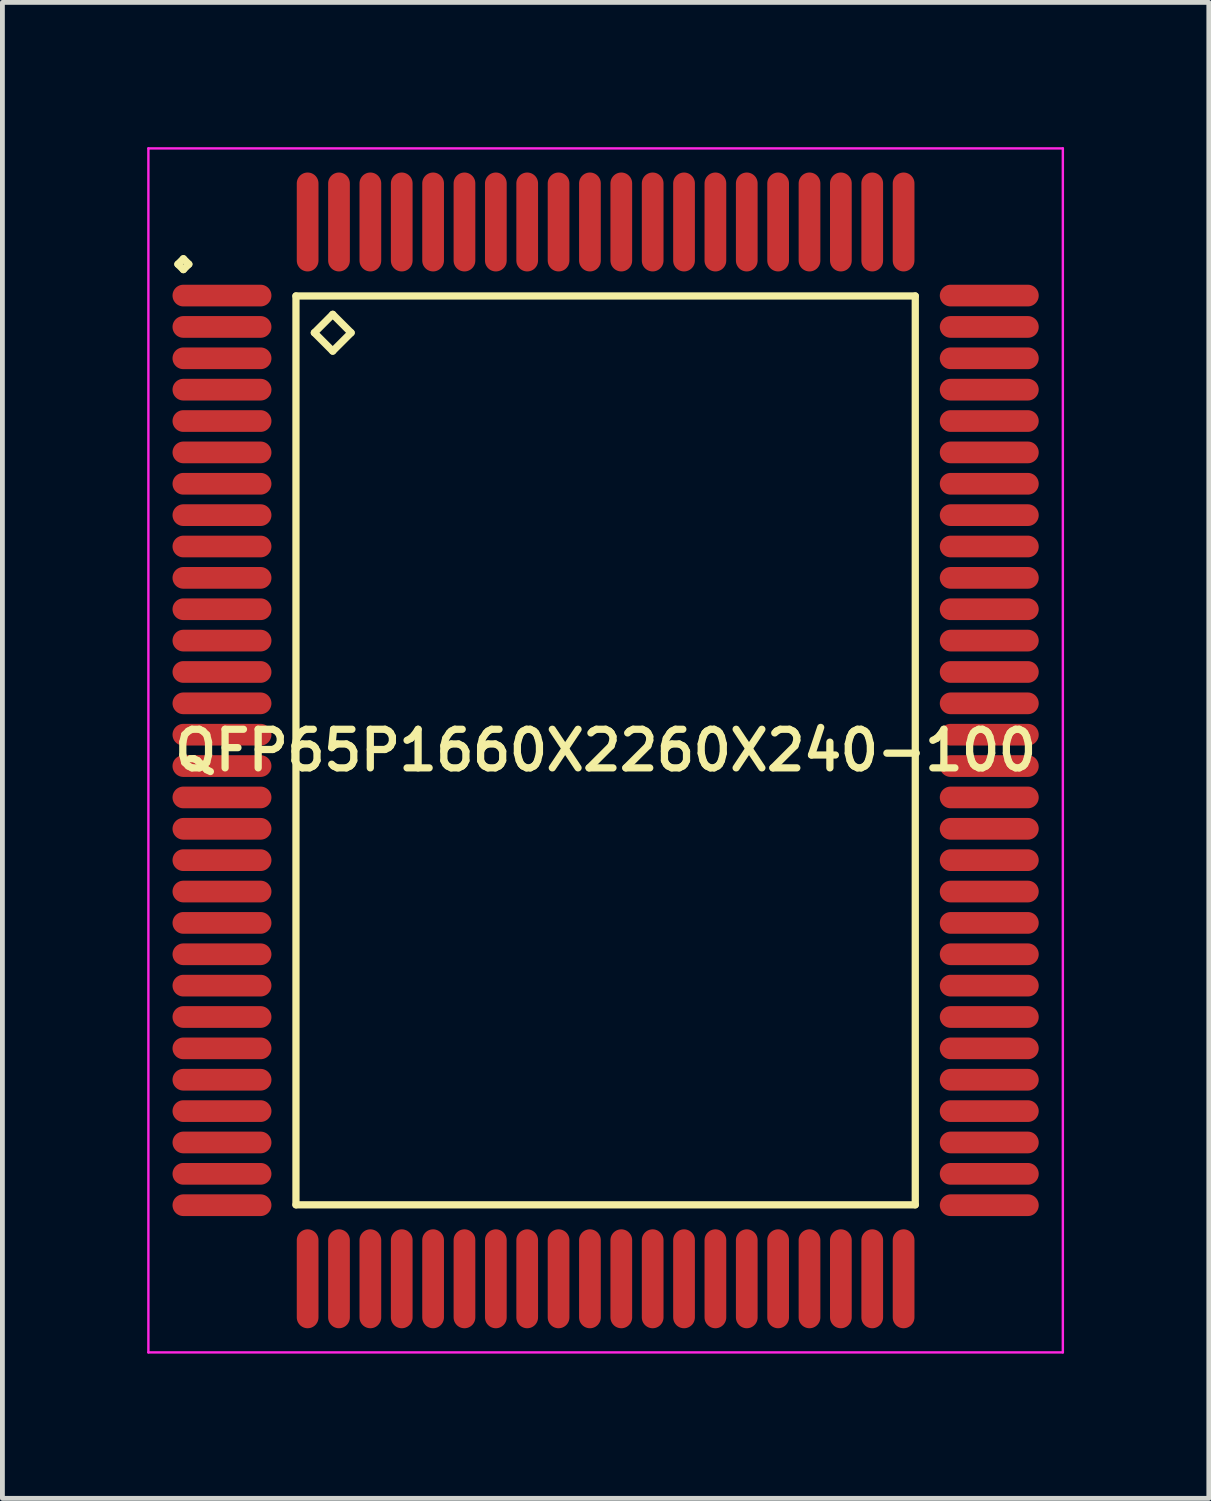
<source format=kicad_pcb>
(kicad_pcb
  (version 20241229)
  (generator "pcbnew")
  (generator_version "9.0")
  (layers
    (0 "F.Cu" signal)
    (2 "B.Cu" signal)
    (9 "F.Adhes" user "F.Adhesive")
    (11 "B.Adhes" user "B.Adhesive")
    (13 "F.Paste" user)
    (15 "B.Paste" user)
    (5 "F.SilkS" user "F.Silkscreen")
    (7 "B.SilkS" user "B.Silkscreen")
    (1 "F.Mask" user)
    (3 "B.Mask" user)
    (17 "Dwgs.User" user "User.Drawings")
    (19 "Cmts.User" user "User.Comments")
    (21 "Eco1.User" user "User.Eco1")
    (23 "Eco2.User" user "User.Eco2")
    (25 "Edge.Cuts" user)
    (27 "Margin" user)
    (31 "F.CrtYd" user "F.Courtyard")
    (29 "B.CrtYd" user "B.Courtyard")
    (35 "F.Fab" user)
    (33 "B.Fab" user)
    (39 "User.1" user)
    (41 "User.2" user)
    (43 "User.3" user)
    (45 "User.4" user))
  (footprint "QFP65P1660X2260X240-100"
    (layer "F.Cu")
    (at 9.5 12.5)
    (property "Reference" "QFP65P1660X2260X240-100" (at 0 0 0) (layer "F.SilkS") (effects (font (size 0.8 0.8) (thickness 0.15))))
    (attr smd)
    (fp_line (start -8.863 -10.075) (end -8.75 -10.188) (stroke (width 0.15) (type solid)) (layer "F.SilkS"))
    (fp_line (start -8.75 -10.188) (end -8.637 -10.075) (stroke (width 0.15) (type solid)) (layer "F.SilkS"))
    (fp_line (start -8.75 -9.963) (end -8.863 -10.075) (stroke (width 0.15) (type solid)) (layer "F.SilkS"))
    (fp_line (start -8.637 -10.075) (end -8.75 -9.963) (stroke (width 0.15) (type solid)) (layer "F.SilkS"))
    (fp_line (start -6.417 -9.417) (end -6.417 9.417) (stroke (width 0.15) (type solid)) (layer "F.SilkS"))
    (fp_line (start -6.417 9.417) (end 6.417 9.417) (stroke (width 0.15) (type solid)) (layer "F.SilkS"))
    (fp_line (start -6.036 -8.655) (end -5.655 -9.036) (stroke (width 0.15) (type solid)) (layer "F.SilkS"))
    (fp_line (start -5.655 -9.036) (end -5.274 -8.655) (stroke (width 0.15) (type solid)) (layer "F.SilkS"))
    (fp_line (start -5.655 -8.274) (end -6.036 -8.655) (stroke (width 0.15) (type solid)) (layer "F.SilkS"))
    (fp_line (start -5.274 -8.655) (end -5.655 -8.274) (stroke (width 0.15) (type solid)) (layer "F.SilkS"))
    (fp_line (start 6.417 -9.417) (end -6.417 -9.417) (stroke (width 0.15) (type solid)) (layer "F.SilkS"))
    (fp_line (start 6.417 9.417) (end 6.417 -9.417) (stroke (width 0.15) (type solid)) (layer "F.SilkS"))
    (fp_line (start -9.475 -12.475) (end 9.475 -12.475) (stroke (width 0.05) (type solid)) (layer "F.CrtYd"))
    (fp_line (start -9.475 12.475) (end -9.475 -12.475) (stroke (width 0.05) (type solid)) (layer "F.CrtYd"))
    (fp_line (start 9.475 -12.475) (end 9.475 12.475) (stroke (width 0.05) (type solid)) (layer "F.CrtYd"))
    (fp_line (start 9.475 12.475) (end -9.475 12.475) (stroke (width 0.05) (type solid)) (layer "F.CrtYd"))
    (pad "1" smd oval (at -7.95 -9.425) (size 2.05 0.45) (layers "F.Cu" "F.Mask" "F.Paste"))
    (pad "2" smd oval (at -7.95 -8.775) (size 2.05 0.45) (layers "F.Cu" "F.Mask" "F.Paste"))
    (pad "3" smd oval (at -7.95 -8.125) (size 2.05 0.45) (layers "F.Cu" "F.Mask" "F.Paste"))
    (pad "4" smd oval (at -7.95 -7.475) (size 2.05 0.45) (layers "F.Cu" "F.Mask" "F.Paste"))
    (pad "5" smd oval (at -7.95 -6.825) (size 2.05 0.45) (layers "F.Cu" "F.Mask" "F.Paste"))
    (pad "6" smd oval (at -7.95 -6.175) (size 2.05 0.45) (layers "F.Cu" "F.Mask" "F.Paste"))
    (pad "7" smd oval (at -7.95 -5.525) (size 2.05 0.45) (layers "F.Cu" "F.Mask" "F.Paste"))
    (pad "8" smd oval (at -7.95 -4.875) (size 2.05 0.45) (layers "F.Cu" "F.Mask" "F.Paste"))
    (pad "9" smd oval (at -7.95 -4.225) (size 2.05 0.45) (layers "F.Cu" "F.Mask" "F.Paste"))
    (pad "10" smd oval (at -7.95 -3.575) (size 2.05 0.45) (layers "F.Cu" "F.Mask" "F.Paste"))
    (pad "11" smd oval (at -7.95 -2.925) (size 2.05 0.45) (layers "F.Cu" "F.Mask" "F.Paste"))
    (pad "12" smd oval (at -7.95 -2.275) (size 2.05 0.45) (layers "F.Cu" "F.Mask" "F.Paste"))
    (pad "13" smd oval (at -7.95 -1.625) (size 2.05 0.45) (layers "F.Cu" "F.Mask" "F.Paste"))
    (pad "14" smd oval (at -7.95 -0.975) (size 2.05 0.45) (layers "F.Cu" "F.Mask" "F.Paste"))
    (pad "15" smd oval (at -7.95 -0.325) (size 2.05 0.45) (layers "F.Cu" "F.Mask" "F.Paste"))
    (pad "16" smd oval (at -7.95 0.325) (size 2.05 0.45) (layers "F.Cu" "F.Mask" "F.Paste"))
    (pad "17" smd oval (at -7.95 0.975) (size 2.05 0.45) (layers "F.Cu" "F.Mask" "F.Paste"))
    (pad "18" smd oval (at -7.95 1.625) (size 2.05 0.45) (layers "F.Cu" "F.Mask" "F.Paste"))
    (pad "19" smd oval (at -7.95 2.275) (size 2.05 0.45) (layers "F.Cu" "F.Mask" "F.Paste"))
    (pad "20" smd oval (at -7.95 2.925) (size 2.05 0.45) (layers "F.Cu" "F.Mask" "F.Paste"))
    (pad "21" smd oval (at -7.95 3.575) (size 2.05 0.45) (layers "F.Cu" "F.Mask" "F.Paste"))
    (pad "22" smd oval (at -7.95 4.225) (size 2.05 0.45) (layers "F.Cu" "F.Mask" "F.Paste"))
    (pad "23" smd oval (at -7.95 4.875) (size 2.05 0.45) (layers "F.Cu" "F.Mask" "F.Paste"))
    (pad "24" smd oval (at -7.95 5.525) (size 2.05 0.45) (layers "F.Cu" "F.Mask" "F.Paste"))
    (pad "25" smd oval (at -7.95 6.175) (size 2.05 0.45) (layers "F.Cu" "F.Mask" "F.Paste"))
    (pad "26" smd oval (at -7.95 6.825) (size 2.05 0.45) (layers "F.Cu" "F.Mask" "F.Paste"))
    (pad "27" smd oval (at -7.95 7.475) (size 2.05 0.45) (layers "F.Cu" "F.Mask" "F.Paste"))
    (pad "28" smd oval (at -7.95 8.125) (size 2.05 0.45) (layers "F.Cu" "F.Mask" "F.Paste"))
    (pad "29" smd oval (at -7.95 8.775) (size 2.05 0.45) (layers "F.Cu" "F.Mask" "F.Paste"))
    (pad "30" smd oval (at -7.95 9.425) (size 2.05 0.45) (layers "F.Cu" "F.Mask" "F.Paste"))
    (pad "31" smd oval (at -6.175 10.95) (size 0.45 2.05) (layers "F.Cu" "F.Mask" "F.Paste"))
    (pad "32" smd oval (at -5.525 10.95) (size 0.45 2.05) (layers "F.Cu" "F.Mask" "F.Paste"))
    (pad "33" smd oval (at -4.875 10.95) (size 0.45 2.05) (layers "F.Cu" "F.Mask" "F.Paste"))
    (pad "34" smd oval (at -4.225 10.95) (size 0.45 2.05) (layers "F.Cu" "F.Mask" "F.Paste"))
    (pad "35" smd oval (at -3.575 10.95) (size 0.45 2.05) (layers "F.Cu" "F.Mask" "F.Paste"))
    (pad "36" smd oval (at -2.925 10.95) (size 0.45 2.05) (layers "F.Cu" "F.Mask" "F.Paste"))
    (pad "37" smd oval (at -2.275 10.95) (size 0.45 2.05) (layers "F.Cu" "F.Mask" "F.Paste"))
    (pad "38" smd oval (at -1.625 10.95) (size 0.45 2.05) (layers "F.Cu" "F.Mask" "F.Paste"))
    (pad "39" smd oval (at -0.975 10.95) (size 0.45 2.05) (layers "F.Cu" "F.Mask" "F.Paste"))
    (pad "40" smd oval (at -0.325 10.95) (size 0.45 2.05) (layers "F.Cu" "F.Mask" "F.Paste"))
    (pad "41" smd oval (at 0.325 10.95) (size 0.45 2.05) (layers "F.Cu" "F.Mask" "F.Paste"))
    (pad "42" smd oval (at 0.975 10.95) (size 0.45 2.05) (layers "F.Cu" "F.Mask" "F.Paste"))
    (pad "43" smd oval (at 1.625 10.95) (size 0.45 2.05) (layers "F.Cu" "F.Mask" "F.Paste"))
    (pad "44" smd oval (at 2.275 10.95) (size 0.45 2.05) (layers "F.Cu" "F.Mask" "F.Paste"))
    (pad "45" smd oval (at 2.925 10.95) (size 0.45 2.05) (layers "F.Cu" "F.Mask" "F.Paste"))
    (pad "46" smd oval (at 3.575 10.95) (size 0.45 2.05) (layers "F.Cu" "F.Mask" "F.Paste"))
    (pad "47" smd oval (at 4.225 10.95) (size 0.45 2.05) (layers "F.Cu" "F.Mask" "F.Paste"))
    (pad "48" smd oval (at 4.875 10.95) (size 0.45 2.05) (layers "F.Cu" "F.Mask" "F.Paste"))
    (pad "49" smd oval (at 5.525 10.95) (size 0.45 2.05) (layers "F.Cu" "F.Mask" "F.Paste"))
    (pad "50" smd oval (at 6.175 10.95) (size 0.45 2.05) (layers "F.Cu" "F.Mask" "F.Paste"))
    (pad "51" smd oval (at 7.95 9.425) (size 2.05 0.45) (layers "F.Cu" "F.Mask" "F.Paste"))
    (pad "52" smd oval (at 7.95 8.775) (size 2.05 0.45) (layers "F.Cu" "F.Mask" "F.Paste"))
    (pad "53" smd oval (at 7.95 8.125) (size 2.05 0.45) (layers "F.Cu" "F.Mask" "F.Paste"))
    (pad "54" smd oval (at 7.95 7.475) (size 2.05 0.45) (layers "F.Cu" "F.Mask" "F.Paste"))
    (pad "55" smd oval (at 7.95 6.825) (size 2.05 0.45) (layers "F.Cu" "F.Mask" "F.Paste"))
    (pad "56" smd oval (at 7.95 6.175) (size 2.05 0.45) (layers "F.Cu" "F.Mask" "F.Paste"))
    (pad "57" smd oval (at 7.95 5.525) (size 2.05 0.45) (layers "F.Cu" "F.Mask" "F.Paste"))
    (pad "58" smd oval (at 7.95 4.875) (size 2.05 0.45) (layers "F.Cu" "F.Mask" "F.Paste"))
    (pad "59" smd oval (at 7.95 4.225) (size 2.05 0.45) (layers "F.Cu" "F.Mask" "F.Paste"))
    (pad "60" smd oval (at 7.95 3.575) (size 2.05 0.45) (layers "F.Cu" "F.Mask" "F.Paste"))
    (pad "61" smd oval (at 7.95 2.925) (size 2.05 0.45) (layers "F.Cu" "F.Mask" "F.Paste"))
    (pad "62" smd oval (at 7.95 2.275) (size 2.05 0.45) (layers "F.Cu" "F.Mask" "F.Paste"))
    (pad "63" smd oval (at 7.95 1.625) (size 2.05 0.45) (layers "F.Cu" "F.Mask" "F.Paste"))
    (pad "64" smd oval (at 7.95 0.975) (size 2.05 0.45) (layers "F.Cu" "F.Mask" "F.Paste"))
    (pad "65" smd oval (at 7.95 0.325) (size 2.05 0.45) (layers "F.Cu" "F.Mask" "F.Paste"))
    (pad "66" smd oval (at 7.95 -0.325) (size 2.05 0.45) (layers "F.Cu" "F.Mask" "F.Paste"))
    (pad "67" smd oval (at 7.95 -0.975) (size 2.05 0.45) (layers "F.Cu" "F.Mask" "F.Paste"))
    (pad "68" smd oval (at 7.95 -1.625) (size 2.05 0.45) (layers "F.Cu" "F.Mask" "F.Paste"))
    (pad "69" smd oval (at 7.95 -2.275) (size 2.05 0.45) (layers "F.Cu" "F.Mask" "F.Paste"))
    (pad "70" smd oval (at 7.95 -2.925) (size 2.05 0.45) (layers "F.Cu" "F.Mask" "F.Paste"))
    (pad "71" smd oval (at 7.95 -3.575) (size 2.05 0.45) (layers "F.Cu" "F.Mask" "F.Paste"))
    (pad "72" smd oval (at 7.95 -4.225) (size 2.05 0.45) (layers "F.Cu" "F.Mask" "F.Paste"))
    (pad "73" smd oval (at 7.95 -4.875) (size 2.05 0.45) (layers "F.Cu" "F.Mask" "F.Paste"))
    (pad "74" smd oval (at 7.95 -5.525) (size 2.05 0.45) (layers "F.Cu" "F.Mask" "F.Paste"))
    (pad "75" smd oval (at 7.95 -6.175) (size 2.05 0.45) (layers "F.Cu" "F.Mask" "F.Paste"))
    (pad "76" smd oval (at 7.95 -6.825) (size 2.05 0.45) (layers "F.Cu" "F.Mask" "F.Paste"))
    (pad "77" smd oval (at 7.95 -7.475) (size 2.05 0.45) (layers "F.Cu" "F.Mask" "F.Paste"))
    (pad "78" smd oval (at 7.95 -8.125) (size 2.05 0.45) (layers "F.Cu" "F.Mask" "F.Paste"))
    (pad "79" smd oval (at 7.95 -8.775) (size 2.05 0.45) (layers "F.Cu" "F.Mask" "F.Paste"))
    (pad "80" smd oval (at 7.95 -9.425) (size 2.05 0.45) (layers "F.Cu" "F.Mask" "F.Paste"))
    (pad "81" smd oval (at 6.175 -10.95) (size 0.45 2.05) (layers "F.Cu" "F.Mask" "F.Paste"))
    (pad "82" smd oval (at 5.525 -10.95) (size 0.45 2.05) (layers "F.Cu" "F.Mask" "F.Paste"))
    (pad "83" smd oval (at 4.875 -10.95) (size 0.45 2.05) (layers "F.Cu" "F.Mask" "F.Paste"))
    (pad "84" smd oval (at 4.225 -10.95) (size 0.45 2.05) (layers "F.Cu" "F.Mask" "F.Paste"))
    (pad "85" smd oval (at 3.575 -10.95) (size 0.45 2.05) (layers "F.Cu" "F.Mask" "F.Paste"))
    (pad "86" smd oval (at 2.925 -10.95) (size 0.45 2.05) (layers "F.Cu" "F.Mask" "F.Paste"))
    (pad "87" smd oval (at 2.275 -10.95) (size 0.45 2.05) (layers "F.Cu" "F.Mask" "F.Paste"))
    (pad "88" smd oval (at 1.625 -10.95) (size 0.45 2.05) (layers "F.Cu" "F.Mask" "F.Paste"))
    (pad "89" smd oval (at 0.975 -10.95) (size 0.45 2.05) (layers "F.Cu" "F.Mask" "F.Paste"))
    (pad "90" smd oval (at 0.325 -10.95) (size 0.45 2.05) (layers "F.Cu" "F.Mask" "F.Paste"))
    (pad "91" smd oval (at -0.325 -10.95) (size 0.45 2.05) (layers "F.Cu" "F.Mask" "F.Paste"))
    (pad "92" smd oval (at -0.975 -10.95) (size 0.45 2.05) (layers "F.Cu" "F.Mask" "F.Paste"))
    (pad "93" smd oval (at -1.625 -10.95) (size 0.45 2.05) (layers "F.Cu" "F.Mask" "F.Paste"))
    (pad "94" smd oval (at -2.275 -10.95) (size 0.45 2.05) (layers "F.Cu" "F.Mask" "F.Paste"))
    (pad "95" smd oval (at -2.925 -10.95) (size 0.45 2.05) (layers "F.Cu" "F.Mask" "F.Paste"))
    (pad "96" smd oval (at -3.575 -10.95) (size 0.45 2.05) (layers "F.Cu" "F.Mask" "F.Paste"))
    (pad "97" smd oval (at -4.225 -10.95) (size 0.45 2.05) (layers "F.Cu" "F.Mask" "F.Paste"))
    (pad "98" smd oval (at -4.875 -10.95) (size 0.45 2.05) (layers "F.Cu" "F.Mask" "F.Paste"))
    (pad "99" smd oval (at -5.525 -10.95) (size 0.45 2.05) (layers "F.Cu" "F.Mask" "F.Paste"))
    (pad "100" smd oval (at -6.175 -10.95) (size 0.45 2.05) (layers "F.Cu" "F.Mask" "F.Paste")))
  (gr_rect
    (start -3 -3)
    (end 22 28)
    (stroke (width 0.1) (type default))
    (fill no)
    (layer "Edge.Cuts")))
</source>
